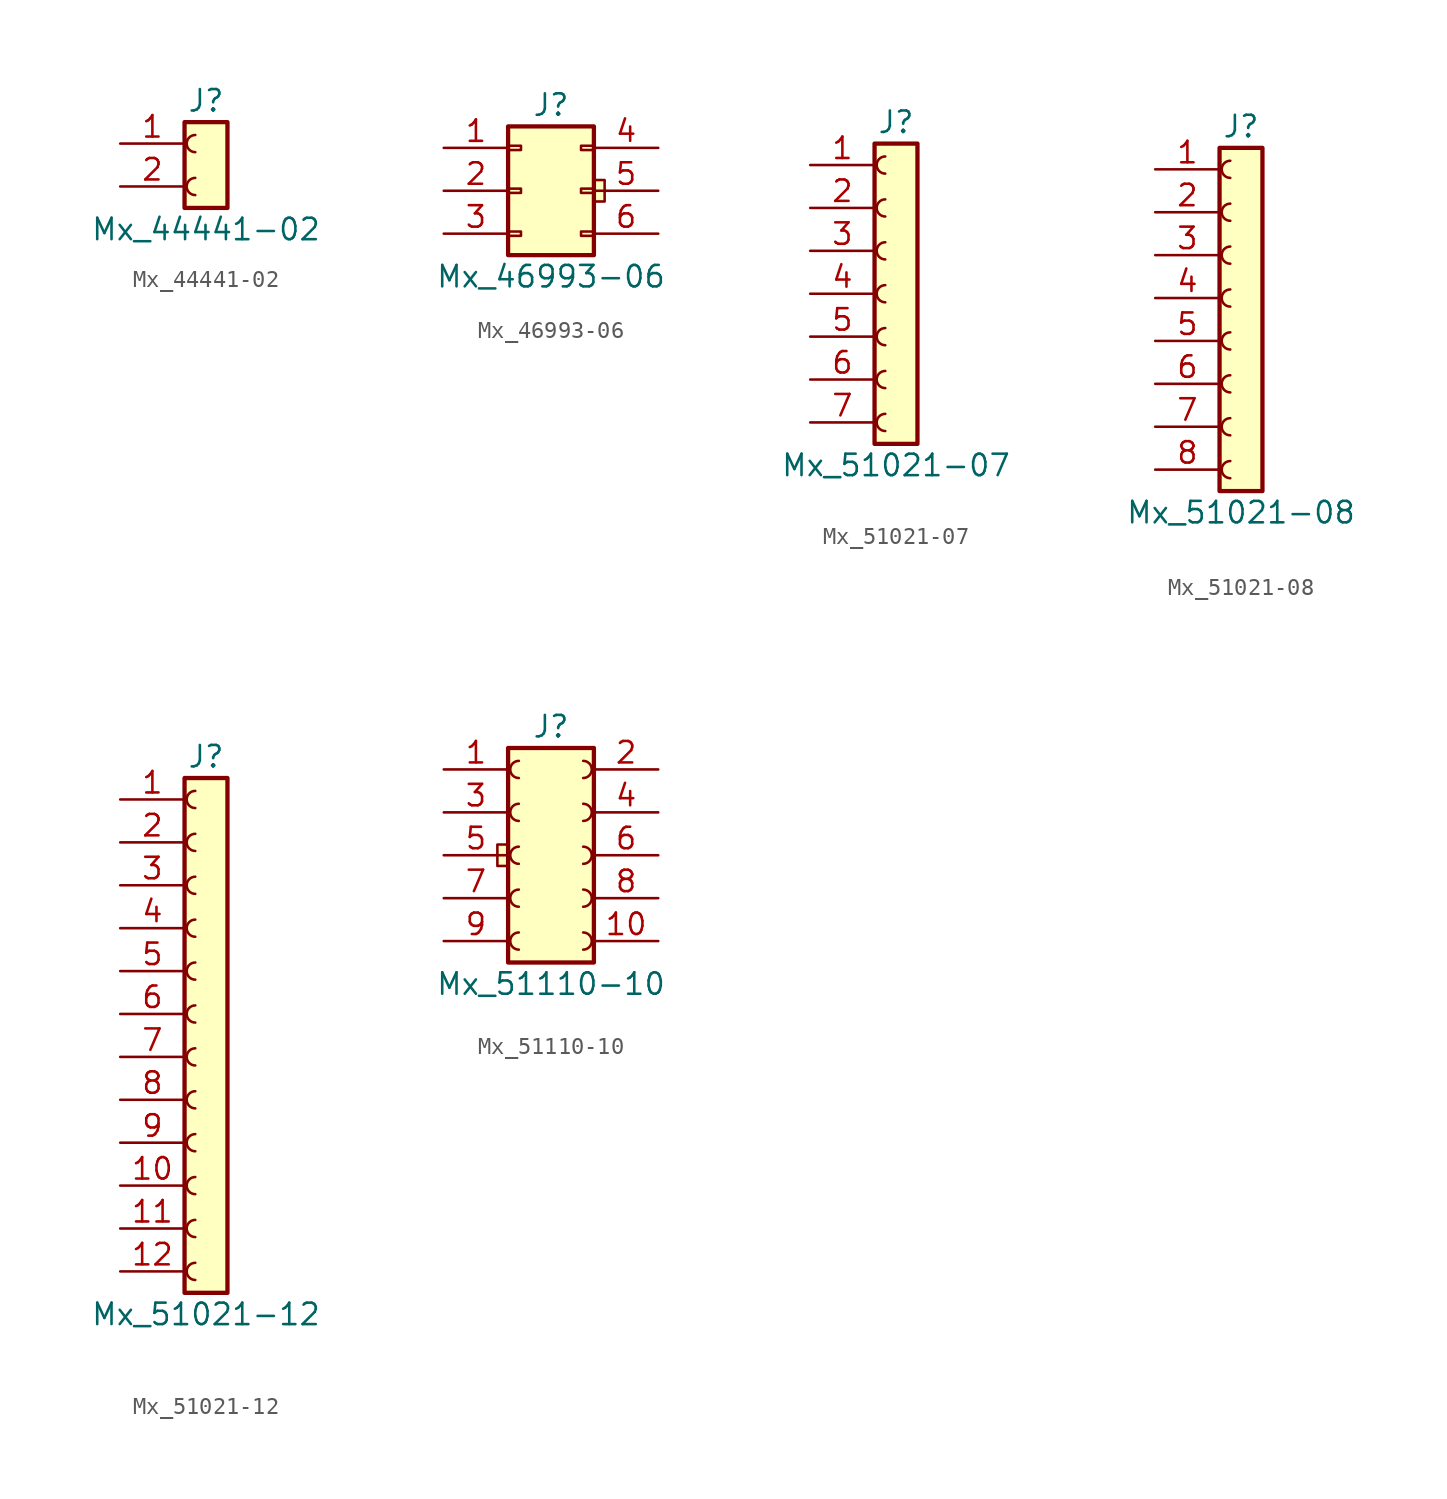
<source format=kicad_sym>
(kicad_symbol_lib
  (version 20220914)
  (generator kicad_symbol_editor)
  (symbol "Mx_44441-02"
    (pin_names
      (offset 1.016) hide)
    (property "Reference" "J"
      (at 0 2.54 0)
      (effects (font (size 1.27 1.27))))
    (property "Value" "Mx_44441-02"
      (at 0 -5.08 0)
      (effects (font (size 1.27 1.27))))
    (symbol "Mx_44441-02_1_1"
      (rectangle (start -1.27 1.27) (end 1.27 -3.81) (stroke (width 0.254) (type default)) (fill (type background)))
      (arc (start -0.635 -2.032) (mid -1.1408 -2.54) (end -0.635 -3.048) (stroke (width 0) (type default)) (fill (type none)))
      (arc (start -0.635 0.508) (mid -1.1408 0) (end -0.635 -0.508) (stroke (width 0) (type default)) (fill (type none)))
      (pin passive line (at -5.08 0 0) (length 3.81) (name "Pin_1" (effects (font (size 1.27 1.27)))) (number "1" (effects (font (size 1.27 1.27)))))
      (pin passive line (at -5.08 -2.54 0) (length 3.81) (name "Pin_2" (effects (font (size 1.27 1.27)))) (number "2" (effects (font (size 1.27 1.27)))))))
  (symbol "Mx_46993-06"
    (pin_names
      (offset 1.016) hide)
    (property "Reference" "J"
      (at 0 5.08 0)
      (effects (font (size 1.27 1.27))))
    (property "Value" "Mx_46993-06"
      (at 0 -5.08 0)
      (effects (font (size 1.27 1.27))))
    (symbol "Mx_46993-06_0_1"
      (rectangle (start -2.54 -2.667) (end -1.778 -2.413) (stroke (width 0) (type default)) (fill (type none)))
      (rectangle (start 2.54 0.635) (end 3.175 -0.635) (stroke (width 0) (type default)) (fill (type background))))
    (symbol "Mx_46993-06_1_1"
      (rectangle (start -2.54 -0.127) (end -1.778 0.127) (stroke (width 0) (type default)) (fill (type none)))
      (rectangle (start -2.54 2.413) (end -1.778 2.667) (stroke (width 0) (type default)) (fill (type none)))
      (rectangle (start 1.778 -2.667) (end 2.54 -2.413) (stroke (width 0) (type default)) (fill (type none)))
      (rectangle (start 1.778 -0.127) (end 2.54 0.127) (stroke (width 0) (type default)) (fill (type none)))
      (rectangle (start 1.778 2.413) (end 2.54 2.667) (stroke (width 0) (type default)) (fill (type none)))
      (rectangle (start 2.54 3.81) (end -2.54 -3.81) (stroke (width 0.254) (type default)) (fill (type background)))
      (pin passive line (at -6.35 2.54 0) (length 3.81) (name "Pin_1" (effects (font (size 1.27 1.27)))) (number "1" (effects (font (size 1.27 1.27)))))
      (pin passive line (at -6.35 0 0) (length 3.81) (name "Pin_2" (effects (font (size 1.27 1.27)))) (number "2" (effects (font (size 1.27 1.27)))))
      (pin passive line (at -6.35 -2.54 0) (length 3.81) (name "Pin_3" (effects (font (size 1.27 1.27)))) (number "3" (effects (font (size 1.27 1.27)))))
      (pin passive line (at 6.35 2.54 180) (length 3.81) (name "Pin_4" (effects (font (size 1.27 1.27)))) (number "4" (effects (font (size 1.27 1.27)))))
      (pin passive line (at 6.35 0 180) (length 3.81) (name "Pin_5" (effects (font (size 1.27 1.27)))) (number "5" (effects (font (size 1.27 1.27)))))
      (pin passive line (at 6.35 -2.54 180) (length 3.81) (name "Pin_6" (effects (font (size 1.27 1.27)))) (number "6" (effects (font (size 1.27 1.27)))))))
  (symbol "Mx_51021-07"
    (pin_names
      (offset 1.016) hide)
    (property "Reference" "J"
      (at 0 10.16 0)
      (effects (font (size 1.27 1.27))))
    (property "Value" "Mx_51021-07"
      (at 0 -10.16 0)
      (effects (font (size 1.27 1.27))))
    (symbol "Mx_51021-07_1_1"
      (rectangle (start -1.27 8.89) (end 1.27 -8.89) (stroke (width 0.254) (type default)) (fill (type background)))
      (arc (start -0.635 -7.112) (mid -1.1408 -7.62) (end -0.635 -8.128) (stroke (width 0) (type default)) (fill (type none)))
      (arc (start -0.635 -4.572) (mid -1.1408 -5.08) (end -0.635 -5.588) (stroke (width 0) (type default)) (fill (type none)))
      (arc (start -0.635 -2.032) (mid -1.1408 -2.54) (end -0.635 -3.048) (stroke (width 0) (type default)) (fill (type none)))
      (arc (start -0.635 0.508) (mid -1.1408 0) (end -0.635 -0.508) (stroke (width 0) (type default)) (fill (type none)))
      (arc (start -0.635 3.048) (mid -1.1408 2.54) (end -0.635 2.032) (stroke (width 0) (type default)) (fill (type none)))
      (arc (start -0.635 5.588) (mid -1.1408 5.08) (end -0.635 4.572) (stroke (width 0) (type default)) (fill (type none)))
      (arc (start -0.635 8.128) (mid -1.1408 7.62) (end -0.635 7.112) (stroke (width 0) (type default)) (fill (type none)))
      (pin passive line (at -5.08 7.62 0) (length 3.81) (name "Pin_1" (effects (font (size 1.27 1.27)))) (number "1" (effects (font (size 1.27 1.27)))))
      (pin passive line (at -5.08 5.08 0) (length 3.81) (name "Pin_2" (effects (font (size 1.27 1.27)))) (number "2" (effects (font (size 1.27 1.27)))))
      (pin passive line (at -5.08 2.54 0) (length 3.81) (name "Pin_3" (effects (font (size 1.27 1.27)))) (number "3" (effects (font (size 1.27 1.27)))))
      (pin passive line (at -5.08 0 0) (length 3.81) (name "Pin_4" (effects (font (size 1.27 1.27)))) (number "4" (effects (font (size 1.27 1.27)))))
      (pin passive line (at -5.08 -2.54 0) (length 3.81) (name "Pin_5" (effects (font (size 1.27 1.27)))) (number "5" (effects (font (size 1.27 1.27)))))
      (pin passive line (at -5.08 -5.08 0) (length 3.81) (name "Pin_6" (effects (font (size 1.27 1.27)))) (number "6" (effects (font (size 1.27 1.27)))))
      (pin passive line (at -5.08 -7.62 0) (length 3.81) (name "Pin_7" (effects (font (size 1.27 1.27)))) (number "7" (effects (font (size 1.27 1.27)))))))
  (symbol "Mx_51021-08"
    (pin_names
      (offset 1.016) hide)
    (property "Reference" "J"
      (at 0 10.16 0)
      (effects (font (size 1.27 1.27))))
    (property "Value" "Mx_51021-08"
      (at 0 -12.7 0)
      (effects (font (size 1.27 1.27))))
    (symbol "Mx_51021-08_1_1"
      (rectangle (start -1.27 8.89) (end 1.27 -11.43) (stroke (width 0.254) (type default)) (fill (type background)))
      (arc (start -0.635 -9.652) (mid -1.1408 -10.16) (end -0.635 -10.668) (stroke (width 0) (type default)) (fill (type none)))
      (arc (start -0.635 -7.112) (mid -1.1408 -7.62) (end -0.635 -8.128) (stroke (width 0) (type default)) (fill (type none)))
      (arc (start -0.635 -4.572) (mid -1.1408 -5.08) (end -0.635 -5.588) (stroke (width 0) (type default)) (fill (type none)))
      (arc (start -0.635 -2.032) (mid -1.1408 -2.54) (end -0.635 -3.048) (stroke (width 0) (type default)) (fill (type none)))
      (arc (start -0.635 0.508) (mid -1.1408 0) (end -0.635 -0.508) (stroke (width 0) (type default)) (fill (type none)))
      (arc (start -0.635 3.048) (mid -1.1408 2.54) (end -0.635 2.032) (stroke (width 0) (type default)) (fill (type none)))
      (arc (start -0.635 5.588) (mid -1.1408 5.08) (end -0.635 4.572) (stroke (width 0) (type default)) (fill (type none)))
      (arc (start -0.635 8.128) (mid -1.1408 7.62) (end -0.635 7.112) (stroke (width 0) (type default)) (fill (type none)))
      (pin passive line (at -5.08 7.62 0) (length 3.81) (name "Pin_1" (effects (font (size 1.27 1.27)))) (number "1" (effects (font (size 1.27 1.27)))))
      (pin passive line (at -5.08 5.08 0) (length 3.81) (name "Pin_2" (effects (font (size 1.27 1.27)))) (number "2" (effects (font (size 1.27 1.27)))))
      (pin passive line (at -5.08 2.54 0) (length 3.81) (name "Pin_3" (effects (font (size 1.27 1.27)))) (number "3" (effects (font (size 1.27 1.27)))))
      (pin passive line (at -5.08 0 0) (length 3.81) (name "Pin_4" (effects (font (size 1.27 1.27)))) (number "4" (effects (font (size 1.27 1.27)))))
      (pin passive line (at -5.08 -2.54 0) (length 3.81) (name "Pin_5" (effects (font (size 1.27 1.27)))) (number "5" (effects (font (size 1.27 1.27)))))
      (pin passive line (at -5.08 -5.08 0) (length 3.81) (name "Pin_6" (effects (font (size 1.27 1.27)))) (number "6" (effects (font (size 1.27 1.27)))))
      (pin passive line (at -5.08 -7.62 0) (length 3.81) (name "Pin_7" (effects (font (size 1.27 1.27)))) (number "7" (effects (font (size 1.27 1.27)))))
      (pin passive line (at -5.08 -10.16 0) (length 3.81) (name "Pin_8" (effects (font (size 1.27 1.27)))) (number "8" (effects (font (size 1.27 1.27)))))))
  (symbol "Mx_51021-12"
    (pin_names
      (offset 1.016) hide)
    (property "Reference" "J"
      (at 0 16.51 0)
      (effects (font (size 1.27 1.27))))
    (property "Value" "Mx_51021-12"
      (at 0 -16.51 0)
      (effects (font (size 1.27 1.27))))
    (symbol "Mx_51021-12_1_1"
      (rectangle (start -1.27 15.24) (end 1.27 -15.24) (stroke (width 0.254) (type default)) (fill (type background)))
      (arc (start -0.635 -13.462) (mid -1.1408 -13.97) (end -0.635 -14.478) (stroke (width 0) (type default)) (fill (type none)))
      (arc (start -0.635 -10.922) (mid -1.1408 -11.43) (end -0.635 -11.938) (stroke (width 0) (type default)) (fill (type none)))
      (arc (start -0.635 -8.382) (mid -1.1408 -8.89) (end -0.635 -9.398) (stroke (width 0) (type default)) (fill (type none)))
      (arc (start -0.635 -5.842) (mid -1.1408 -6.35) (end -0.635 -6.858) (stroke (width 0) (type default)) (fill (type none)))
      (arc (start -0.635 -3.302) (mid -1.1408 -3.81) (end -0.635 -4.318) (stroke (width 0) (type default)) (fill (type none)))
      (arc (start -0.635 -0.762) (mid -1.1408 -1.27) (end -0.635 -1.778) (stroke (width 0) (type default)) (fill (type none)))
      (arc (start -0.635 1.778) (mid -1.1408 1.27) (end -0.635 0.762) (stroke (width 0) (type default)) (fill (type none)))
      (arc (start -0.635 4.318) (mid -1.1408 3.81) (end -0.635 3.302) (stroke (width 0) (type default)) (fill (type none)))
      (arc (start -0.635 6.858) (mid -1.1408 6.35) (end -0.635 5.842) (stroke (width 0) (type default)) (fill (type none)))
      (arc (start -0.635 9.398) (mid -1.1408 8.89) (end -0.635 8.382) (stroke (width 0) (type default)) (fill (type none)))
      (arc (start -0.635 11.938) (mid -1.1408 11.43) (end -0.635 10.922) (stroke (width 0) (type default)) (fill (type none)))
      (arc (start -0.635 14.478) (mid -1.1408 13.97) (end -0.635 13.462) (stroke (width 0) (type default)) (fill (type none)))
      (pin passive line (at -5.08 13.97 0) (length 3.81) (name "Pin_1" (effects (font (size 1.27 1.27)))) (number "1" (effects (font (size 1.27 1.27)))))
      (pin passive line (at -5.08 -8.89 0) (length 3.81) (name "Pin_10" (effects (font (size 1.27 1.27)))) (number "10" (effects (font (size 1.27 1.27)))))
      (pin passive line (at -5.08 -11.43 0) (length 3.81) (name "Pin_11" (effects (font (size 1.27 1.27)))) (number "11" (effects (font (size 1.27 1.27)))))
      (pin passive line (at -5.08 -13.97 0) (length 3.81) (name "Pin_12" (effects (font (size 1.27 1.27)))) (number "12" (effects (font (size 1.27 1.27)))))
      (pin passive line (at -5.08 11.43 0) (length 3.81) (name "Pin_2" (effects (font (size 1.27 1.27)))) (number "2" (effects (font (size 1.27 1.27)))))
      (pin passive line (at -5.08 8.89 0) (length 3.81) (name "Pin_3" (effects (font (size 1.27 1.27)))) (number "3" (effects (font (size 1.27 1.27)))))
      (pin passive line (at -5.08 6.35 0) (length 3.81) (name "Pin_4" (effects (font (size 1.27 1.27)))) (number "4" (effects (font (size 1.27 1.27)))))
      (pin passive line (at -5.08 3.81 0) (length 3.81) (name "Pin_5" (effects (font (size 1.27 1.27)))) (number "5" (effects (font (size 1.27 1.27)))))
      (pin passive line (at -5.08 1.27 0) (length 3.81) (name "Pin_6" (effects (font (size 1.27 1.27)))) (number "6" (effects (font (size 1.27 1.27)))))
      (pin passive line (at -5.08 -1.27 0) (length 3.81) (name "Pin_7" (effects (font (size 1.27 1.27)))) (number "7" (effects (font (size 1.27 1.27)))))
      (pin passive line (at -5.08 -3.81 0) (length 3.81) (name "Pin_8" (effects (font (size 1.27 1.27)))) (number "8" (effects (font (size 1.27 1.27)))))
      (pin passive line (at -5.08 -6.35 0) (length 3.81) (name "Pin_9" (effects (font (size 1.27 1.27)))) (number "9" (effects (font (size 1.27 1.27)))))))
  (symbol "Mx_51110-10"
    (pin_names
      (offset 1.016) hide)
    (property "Reference" "J"
      (at 0 7.62 0)
      (effects (font (size 1.27 1.27))))
    (property "Value" "Mx_51110-10"
      (at 0 -7.62 0)
      (effects (font (size 1.27 1.27))))
    (symbol "Mx_51110-10_0_1"
      (rectangle (start -3.175 0.635) (end -2.54 -0.635) (stroke (width 0) (type default)) (fill (type background))))
    (symbol "Mx_51110-10_1_1"
      (rectangle (start -2.54 6.35) (end 2.54 -6.35) (stroke (width 0.254) (type default)) (fill (type background)))
      (arc (start -1.905 -4.572) (mid -2.4108 -5.08) (end -1.905 -5.588) (stroke (width 0) (type default)) (fill (type none)))
      (arc (start -1.905 -2.032) (mid -2.4108 -2.54) (end -1.905 -3.048) (stroke (width 0) (type default)) (fill (type none)))
      (arc (start -1.905 0.508) (mid -2.4108 0) (end -1.905 -0.508) (stroke (width 0) (type default)) (fill (type none)))
      (arc (start -1.905 3.048) (mid -2.4108 2.54) (end -1.905 2.032) (stroke (width 0) (type default)) (fill (type none)))
      (arc (start -1.905 5.588) (mid -2.4108 5.08) (end -1.905 4.572) (stroke (width 0) (type default)) (fill (type none)))
      (arc (start 1.905 -5.588) (mid 2.4108 -5.08) (end 1.905 -4.572) (stroke (width 0) (type default)) (fill (type none)))
      (arc (start 1.905 -3.048) (mid 2.4108 -2.54) (end 1.905 -2.032) (stroke (width 0) (type default)) (fill (type none)))
      (arc (start 1.905 -0.508) (mid 2.4108 0) (end 1.905 0.508) (stroke (width 0) (type default)) (fill (type none)))
      (arc (start 1.905 2.032) (mid 2.4108 2.54) (end 1.905 3.048) (stroke (width 0) (type default)) (fill (type none)))
      (arc (start 1.905 4.572) (mid 2.4108 5.08) (end 1.905 5.588) (stroke (width 0) (type default)) (fill (type none)))
      (pin passive line (at -6.35 5.08 0) (length 3.81) (name "Pin_1" (effects (font (size 1.27 1.27)))) (number "1" (effects (font (size 1.27 1.27)))))
      (pin passive line (at 6.35 -5.08 180) (length 3.81) (name "Pin_10" (effects (font (size 1.27 1.27)))) (number "10" (effects (font (size 1.27 1.27)))))
      (pin passive line (at 6.35 5.08 180) (length 3.81) (name "Pin_2" (effects (font (size 1.27 1.27)))) (number "2" (effects (font (size 1.27 1.27)))))
      (pin passive line (at -6.35 2.54 0) (length 3.81) (name "Pin_3" (effects (font (size 1.27 1.27)))) (number "3" (effects (font (size 1.27 1.27)))))
      (pin passive line (at 6.35 2.54 180) (length 3.81) (name "Pin_4" (effects (font (size 1.27 1.27)))) (number "4" (effects (font (size 1.27 1.27)))))
      (pin passive line (at -6.35 0 0) (length 3.81) (name "Pin_5" (effects (font (size 1.27 1.27)))) (number "5" (effects (font (size 1.27 1.27)))))
      (pin passive line (at 6.35 0 180) (length 3.81) (name "Pin_6" (effects (font (size 1.27 1.27)))) (number "6" (effects (font (size 1.27 1.27)))))
      (pin passive line (at -6.35 -2.54 0) (length 3.81) (name "Pin_7" (effects (font (size 1.27 1.27)))) (number "7" (effects (font (size 1.27 1.27)))))
      (pin passive line (at 6.35 -2.54 180) (length 3.81) (name "Pin_8" (effects (font (size 1.27 1.27)))) (number "8" (effects (font (size 1.27 1.27)))))
      (pin passive line (at -6.35 -5.08 0) (length 3.81) (name "Pin_9" (effects (font (size 1.27 1.27)))) (number "9" (effects (font (size 1.27 1.27))))))))
</source>
